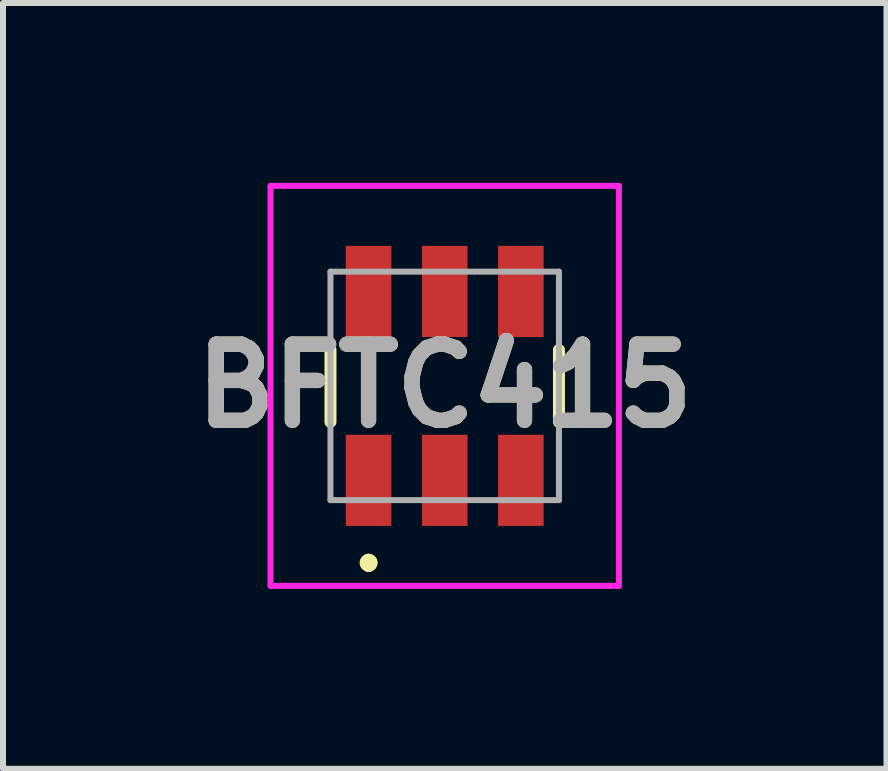
<source format=kicad_pcb>
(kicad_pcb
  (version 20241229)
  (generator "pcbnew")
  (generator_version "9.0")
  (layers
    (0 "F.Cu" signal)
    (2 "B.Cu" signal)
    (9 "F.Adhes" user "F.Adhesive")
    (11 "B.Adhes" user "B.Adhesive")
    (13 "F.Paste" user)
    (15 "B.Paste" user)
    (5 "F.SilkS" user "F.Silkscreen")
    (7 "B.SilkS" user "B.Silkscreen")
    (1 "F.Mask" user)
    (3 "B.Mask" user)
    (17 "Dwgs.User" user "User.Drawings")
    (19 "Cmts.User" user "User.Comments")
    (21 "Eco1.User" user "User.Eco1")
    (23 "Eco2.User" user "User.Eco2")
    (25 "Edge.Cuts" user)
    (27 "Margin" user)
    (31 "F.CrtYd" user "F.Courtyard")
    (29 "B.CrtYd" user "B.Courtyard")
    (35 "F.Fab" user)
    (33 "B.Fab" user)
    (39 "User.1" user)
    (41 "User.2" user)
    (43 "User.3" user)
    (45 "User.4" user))
  (footprint "BFTC415"
    (layer "F.Cu")
    (at 4.366 3.385)
    (property "Reference" "BFTC415" (at 0 0 0) (layer "F.SilkS") (effects (font (size 1.27 1.27) (thickness 0.254))))
    (attr smd)
    (fp_line (start -1.905 -0.6) (end -1.905 0.6) (stroke (width 0.2) (type solid)) (layer "F.SilkS"))
    (fp_line (start -1.27 2.9) (end -1.27 2.9) (stroke (width 0.2) (type solid)) (layer "F.SilkS"))
    (fp_line (start -1.27 3) (end -1.27 3) (stroke (width 0.2) (type solid)) (layer "F.SilkS"))
    (fp_line (start -1.27 3) (end -1.27 3) (stroke (width 0.2) (type solid)) (layer "F.SilkS"))
    (fp_line (start 1.905 -0.6) (end 1.905 0.6) (stroke (width 0.2) (type solid)) (layer "F.SilkS"))
    (fp_arc (start -1.27 2.9) (mid -1.22 2.95) (end -1.27 3) (stroke (width 0.2) (type solid)) (layer "F.SilkS"))
    (fp_arc (start -1.27 2.9) (mid -1.22 2.95) (end -1.27 3) (stroke (width 0.2) (type solid)) (layer "F.SilkS"))
    (fp_arc (start -1.27 3) (mid -1.32 2.95) (end -1.27 2.9) (stroke (width 0.2) (type solid)) (layer "F.SilkS"))
    (fp_line (start -2.905 -3.335) (end 2.905 -3.335) (stroke (width 0.1) (type solid)) (layer "F.CrtYd"))
    (fp_line (start -2.905 3.335) (end -2.905 -3.335) (stroke (width 0.1) (type solid)) (layer "F.CrtYd"))
    (fp_line (start 2.905 -3.335) (end 2.905 3.335) (stroke (width 0.1) (type solid)) (layer "F.CrtYd"))
    (fp_line (start 2.905 3.335) (end -2.905 3.335) (stroke (width 0.1) (type solid)) (layer "F.CrtYd"))
    (fp_line (start -1.905 -1.905) (end 1.905 -1.905) (stroke (width 0.1) (type solid)) (layer "F.Fab"))
    (fp_line (start -1.905 1.905) (end -1.905 -1.905) (stroke (width 0.1) (type solid)) (layer "F.Fab"))
    (fp_line (start 1.905 -1.905) (end 1.905 1.905) (stroke (width 0.1) (type solid)) (layer "F.Fab"))
    (fp_line (start 1.905 1.905) (end -1.905 1.905) (stroke (width 0.1) (type solid)) (layer "F.Fab"))
    (fp_text user "${REFERENCE}" (at 0 0 0) (layer "F.Fab") (effects (font (size 1.27 1.27) (thickness 0.254))))
    (pad "1" smd rect (at -1.27 1.575) (size 0.76 1.52) (layers "F.Cu" "F.Mask" "F.Paste"))
    (pad "2" smd rect (at 0 1.575) (size 0.76 1.52) (layers "F.Cu" "F.Mask" "F.Paste"))
    (pad "3" smd rect (at 1.27 1.575) (size 0.76 1.52) (layers "F.Cu" "F.Mask" "F.Paste"))
    (pad "4" smd rect (at 1.27 -1.575) (size 0.76 1.52) (layers "F.Cu" "F.Mask" "F.Paste"))
    (pad "5" smd rect (at 0 -1.575) (size 0.76 1.52) (layers "F.Cu" "F.Mask" "F.Paste"))
    (pad "6" smd rect (at -1.27 -1.575) (size 0.76 1.52) (layers "F.Cu" "F.Mask" "F.Paste")))
  (gr_rect
    (start -3 -3)
    (end 11.733 9.77)
    (stroke (width 0.1) (type default))
    (fill no)
    (layer "Edge.Cuts")))
</source>
